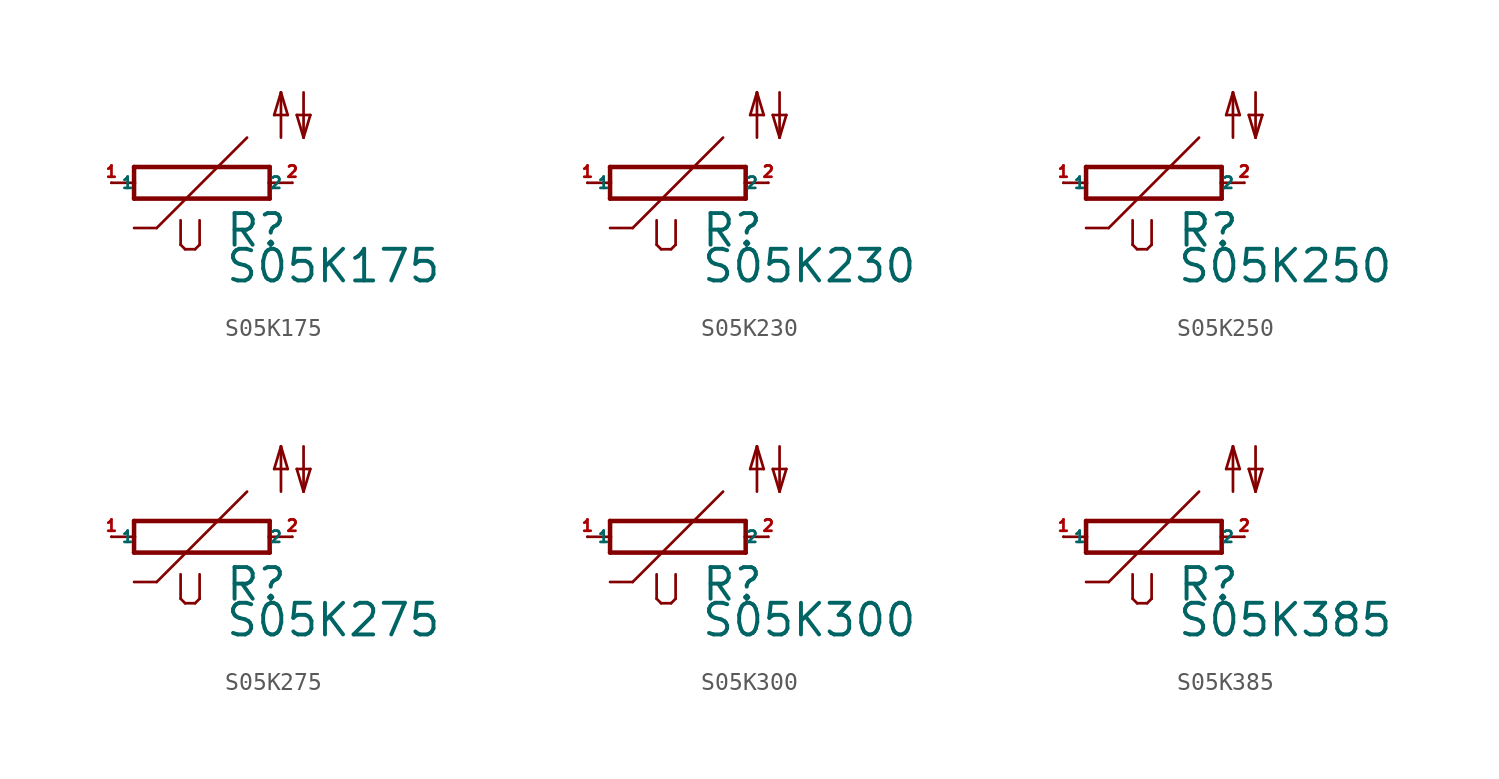
<source format=kicad_sym>
(kicad_symbol_lib
  (version 20220914)
  (generator Eagle2Kicad)
  (symbol "S05K175"
    (property "Reference" "R"
      (at 1.27 -3.708 0)
      (effects (font (size 1.778 1.778) (thickness 0.22)) (justify left bottom)))
    (property "Value" "S05K175"
      (at 1.27 -5.715 0)
      (effects (font (size 1.778 1.778) (thickness 0.22)) (justify left bottom)))
    (polyline
      (pts (xy -3.81 -0.889) (xy 3.81 -0.889))
      (stroke (width 0.254) (type default))
      (fill (type none)))
    (polyline
      (pts (xy 3.81 -0.889) (xy 3.81 0))
      (stroke (width 0.254) (type default))
      (fill (type none)))
    (polyline
      (pts (xy 3.81 0.889) (xy -3.81 0.889))
      (stroke (width 0.254) (type default))
      (fill (type none)))
    (polyline
      (pts (xy -3.81 -0.889) (xy -3.81 0))
      (stroke (width 0.254) (type default))
      (fill (type none)))
    (polyline
      (pts (xy 3.81 0) (xy 5.08 0))
      (stroke (width 0.152) (type default))
      (fill (type none)))
    (polyline
      (pts (xy 3.81 0) (xy 3.81 0.889))
      (stroke (width 0.254) (type default))
      (fill (type none)))
    (polyline
      (pts (xy -5.08 0) (xy -3.81 0))
      (stroke (width 0.152) (type default))
      (fill (type none)))
    (polyline
      (pts (xy -3.81 0) (xy -3.81 0.889))
      (stroke (width 0.254) (type default))
      (fill (type none)))
    (polyline
      (pts (xy 2.54 2.54) (xy -2.54 -2.54))
      (stroke (width 0.152) (type default))
      (fill (type none)))
    (polyline
      (pts (xy -2.54 -2.54) (xy -3.81 -2.54))
      (stroke (width 0.152) (type default))
      (fill (type none)))
    (polyline
      (pts (xy -1.194 -2.108) (xy -1.194 -3.48))
      (stroke (width 0.152) (type default))
      (fill (type none)))
    (polyline
      (pts (xy -0.94 -3.734) (xy -1.194 -3.48))
      (stroke (width 0.152) (type default))
      (fill (type none)))
    (polyline
      (pts (xy -0.94 -3.734) (xy -0.381 -3.734))
      (stroke (width 0.152) (type default))
      (fill (type none)))
    (polyline
      (pts (xy -0.127 -3.48) (xy -0.381 -3.734))
      (stroke (width 0.152) (type default))
      (fill (type none)))
    (polyline
      (pts (xy -0.127 -3.48) (xy -0.127 -2.108))
      (stroke (width 0.152) (type default))
      (fill (type none)))
    (polyline
      (pts (xy 5.715 5.08) (xy 5.715 2.54))
      (stroke (width 0.152) (type default))
      (fill (type none)))
    (polyline
      (pts (xy 5.715 2.54) (xy 6.096 3.81))
      (stroke (width 0.152) (type default))
      (fill (type none)))
    (polyline
      (pts (xy 6.096 3.81) (xy 5.334 3.81))
      (stroke (width 0.152) (type default))
      (fill (type none)))
    (polyline
      (pts (xy 5.334 3.81) (xy 5.715 2.54))
      (stroke (width 0.152) (type default))
      (fill (type none)))
    (polyline
      (pts (xy 4.445 2.54) (xy 4.445 5.08))
      (stroke (width 0.152) (type default))
      (fill (type none)))
    (polyline
      (pts (xy 4.445 5.08) (xy 4.826 3.81))
      (stroke (width 0.152) (type default))
      (fill (type none)))
    (polyline
      (pts (xy 4.826 3.81) (xy 4.064 3.81))
      (stroke (width 0.152) (type default))
      (fill (type none)))
    (polyline
      (pts (xy 4.064 3.81) (xy 4.445 5.08))
      (stroke (width 0.152) (type default))
      (fill (type none)))
    (pin passive line
      (at 5.08 0 180)
      (length 0)
      (name "2" (effects (font (size 0.635 0.635) (thickness 0.08)) (justify left bottom)))
      (number "2" (effects (font (size 0.635 0.635) (thickness 0.08)) (justify left bottom))))
    (pin passive line
      (at -5.08 0 0)
      (length 0)
      (name "1" (effects (font (size 0.635 0.635) (thickness 0.08)) (justify left bottom)))
      (number "1" (effects (font (size 0.635 0.635) (thickness 0.08)) (justify left bottom)))))
  (symbol "S05K230"
    (property "Reference" "R"
      (at 1.27 -3.708 0)
      (effects (font (size 1.778 1.778) (thickness 0.22)) (justify left bottom)))
    (property "Value" "S05K230"
      (at 1.27 -5.715 0)
      (effects (font (size 1.778 1.778) (thickness 0.22)) (justify left bottom)))
    (polyline
      (pts (xy -3.81 -0.889) (xy 3.81 -0.889))
      (stroke (width 0.254) (type default))
      (fill (type none)))
    (polyline
      (pts (xy 3.81 -0.889) (xy 3.81 0))
      (stroke (width 0.254) (type default))
      (fill (type none)))
    (polyline
      (pts (xy 3.81 0.889) (xy -3.81 0.889))
      (stroke (width 0.254) (type default))
      (fill (type none)))
    (polyline
      (pts (xy -3.81 -0.889) (xy -3.81 0))
      (stroke (width 0.254) (type default))
      (fill (type none)))
    (polyline
      (pts (xy 3.81 0) (xy 5.08 0))
      (stroke (width 0.152) (type default))
      (fill (type none)))
    (polyline
      (pts (xy 3.81 0) (xy 3.81 0.889))
      (stroke (width 0.254) (type default))
      (fill (type none)))
    (polyline
      (pts (xy -5.08 0) (xy -3.81 0))
      (stroke (width 0.152) (type default))
      (fill (type none)))
    (polyline
      (pts (xy -3.81 0) (xy -3.81 0.889))
      (stroke (width 0.254) (type default))
      (fill (type none)))
    (polyline
      (pts (xy 2.54 2.54) (xy -2.54 -2.54))
      (stroke (width 0.152) (type default))
      (fill (type none)))
    (polyline
      (pts (xy -2.54 -2.54) (xy -3.81 -2.54))
      (stroke (width 0.152) (type default))
      (fill (type none)))
    (polyline
      (pts (xy -1.194 -2.108) (xy -1.194 -3.48))
      (stroke (width 0.152) (type default))
      (fill (type none)))
    (polyline
      (pts (xy -0.94 -3.734) (xy -1.194 -3.48))
      (stroke (width 0.152) (type default))
      (fill (type none)))
    (polyline
      (pts (xy -0.94 -3.734) (xy -0.381 -3.734))
      (stroke (width 0.152) (type default))
      (fill (type none)))
    (polyline
      (pts (xy -0.127 -3.48) (xy -0.381 -3.734))
      (stroke (width 0.152) (type default))
      (fill (type none)))
    (polyline
      (pts (xy -0.127 -3.48) (xy -0.127 -2.108))
      (stroke (width 0.152) (type default))
      (fill (type none)))
    (polyline
      (pts (xy 5.715 5.08) (xy 5.715 2.54))
      (stroke (width 0.152) (type default))
      (fill (type none)))
    (polyline
      (pts (xy 5.715 2.54) (xy 6.096 3.81))
      (stroke (width 0.152) (type default))
      (fill (type none)))
    (polyline
      (pts (xy 6.096 3.81) (xy 5.334 3.81))
      (stroke (width 0.152) (type default))
      (fill (type none)))
    (polyline
      (pts (xy 5.334 3.81) (xy 5.715 2.54))
      (stroke (width 0.152) (type default))
      (fill (type none)))
    (polyline
      (pts (xy 4.445 2.54) (xy 4.445 5.08))
      (stroke (width 0.152) (type default))
      (fill (type none)))
    (polyline
      (pts (xy 4.445 5.08) (xy 4.826 3.81))
      (stroke (width 0.152) (type default))
      (fill (type none)))
    (polyline
      (pts (xy 4.826 3.81) (xy 4.064 3.81))
      (stroke (width 0.152) (type default))
      (fill (type none)))
    (polyline
      (pts (xy 4.064 3.81) (xy 4.445 5.08))
      (stroke (width 0.152) (type default))
      (fill (type none)))
    (pin passive line
      (at 5.08 0 180)
      (length 0)
      (name "2" (effects (font (size 0.635 0.635) (thickness 0.08)) (justify left bottom)))
      (number "2" (effects (font (size 0.635 0.635) (thickness 0.08)) (justify left bottom))))
    (pin passive line
      (at -5.08 0 0)
      (length 0)
      (name "1" (effects (font (size 0.635 0.635) (thickness 0.08)) (justify left bottom)))
      (number "1" (effects (font (size 0.635 0.635) (thickness 0.08)) (justify left bottom)))))
  (symbol "S05K250"
    (property "Reference" "R"
      (at 1.27 -3.708 0)
      (effects (font (size 1.778 1.778) (thickness 0.22)) (justify left bottom)))
    (property "Value" "S05K250"
      (at 1.27 -5.715 0)
      (effects (font (size 1.778 1.778) (thickness 0.22)) (justify left bottom)))
    (polyline
      (pts (xy -3.81 -0.889) (xy 3.81 -0.889))
      (stroke (width 0.254) (type default))
      (fill (type none)))
    (polyline
      (pts (xy 3.81 -0.889) (xy 3.81 0))
      (stroke (width 0.254) (type default))
      (fill (type none)))
    (polyline
      (pts (xy 3.81 0.889) (xy -3.81 0.889))
      (stroke (width 0.254) (type default))
      (fill (type none)))
    (polyline
      (pts (xy -3.81 -0.889) (xy -3.81 0))
      (stroke (width 0.254) (type default))
      (fill (type none)))
    (polyline
      (pts (xy 3.81 0) (xy 5.08 0))
      (stroke (width 0.152) (type default))
      (fill (type none)))
    (polyline
      (pts (xy 3.81 0) (xy 3.81 0.889))
      (stroke (width 0.254) (type default))
      (fill (type none)))
    (polyline
      (pts (xy -5.08 0) (xy -3.81 0))
      (stroke (width 0.152) (type default))
      (fill (type none)))
    (polyline
      (pts (xy -3.81 0) (xy -3.81 0.889))
      (stroke (width 0.254) (type default))
      (fill (type none)))
    (polyline
      (pts (xy 2.54 2.54) (xy -2.54 -2.54))
      (stroke (width 0.152) (type default))
      (fill (type none)))
    (polyline
      (pts (xy -2.54 -2.54) (xy -3.81 -2.54))
      (stroke (width 0.152) (type default))
      (fill (type none)))
    (polyline
      (pts (xy -1.194 -2.108) (xy -1.194 -3.48))
      (stroke (width 0.152) (type default))
      (fill (type none)))
    (polyline
      (pts (xy -0.94 -3.734) (xy -1.194 -3.48))
      (stroke (width 0.152) (type default))
      (fill (type none)))
    (polyline
      (pts (xy -0.94 -3.734) (xy -0.381 -3.734))
      (stroke (width 0.152) (type default))
      (fill (type none)))
    (polyline
      (pts (xy -0.127 -3.48) (xy -0.381 -3.734))
      (stroke (width 0.152) (type default))
      (fill (type none)))
    (polyline
      (pts (xy -0.127 -3.48) (xy -0.127 -2.108))
      (stroke (width 0.152) (type default))
      (fill (type none)))
    (polyline
      (pts (xy 5.715 5.08) (xy 5.715 2.54))
      (stroke (width 0.152) (type default))
      (fill (type none)))
    (polyline
      (pts (xy 5.715 2.54) (xy 6.096 3.81))
      (stroke (width 0.152) (type default))
      (fill (type none)))
    (polyline
      (pts (xy 6.096 3.81) (xy 5.334 3.81))
      (stroke (width 0.152) (type default))
      (fill (type none)))
    (polyline
      (pts (xy 5.334 3.81) (xy 5.715 2.54))
      (stroke (width 0.152) (type default))
      (fill (type none)))
    (polyline
      (pts (xy 4.445 2.54) (xy 4.445 5.08))
      (stroke (width 0.152) (type default))
      (fill (type none)))
    (polyline
      (pts (xy 4.445 5.08) (xy 4.826 3.81))
      (stroke (width 0.152) (type default))
      (fill (type none)))
    (polyline
      (pts (xy 4.826 3.81) (xy 4.064 3.81))
      (stroke (width 0.152) (type default))
      (fill (type none)))
    (polyline
      (pts (xy 4.064 3.81) (xy 4.445 5.08))
      (stroke (width 0.152) (type default))
      (fill (type none)))
    (pin passive line
      (at 5.08 0 180)
      (length 0)
      (name "2" (effects (font (size 0.635 0.635) (thickness 0.08)) (justify left bottom)))
      (number "2" (effects (font (size 0.635 0.635) (thickness 0.08)) (justify left bottom))))
    (pin passive line
      (at -5.08 0 0)
      (length 0)
      (name "1" (effects (font (size 0.635 0.635) (thickness 0.08)) (justify left bottom)))
      (number "1" (effects (font (size 0.635 0.635) (thickness 0.08)) (justify left bottom)))))
  (symbol "S05K275"
    (property "Reference" "R"
      (at 1.27 -3.708 0)
      (effects (font (size 1.778 1.778) (thickness 0.22)) (justify left bottom)))
    (property "Value" "S05K275"
      (at 1.27 -5.715 0)
      (effects (font (size 1.778 1.778) (thickness 0.22)) (justify left bottom)))
    (polyline
      (pts (xy -3.81 -0.889) (xy 3.81 -0.889))
      (stroke (width 0.254) (type default))
      (fill (type none)))
    (polyline
      (pts (xy 3.81 -0.889) (xy 3.81 0))
      (stroke (width 0.254) (type default))
      (fill (type none)))
    (polyline
      (pts (xy 3.81 0.889) (xy -3.81 0.889))
      (stroke (width 0.254) (type default))
      (fill (type none)))
    (polyline
      (pts (xy -3.81 -0.889) (xy -3.81 0))
      (stroke (width 0.254) (type default))
      (fill (type none)))
    (polyline
      (pts (xy 3.81 0) (xy 5.08 0))
      (stroke (width 0.152) (type default))
      (fill (type none)))
    (polyline
      (pts (xy 3.81 0) (xy 3.81 0.889))
      (stroke (width 0.254) (type default))
      (fill (type none)))
    (polyline
      (pts (xy -5.08 0) (xy -3.81 0))
      (stroke (width 0.152) (type default))
      (fill (type none)))
    (polyline
      (pts (xy -3.81 0) (xy -3.81 0.889))
      (stroke (width 0.254) (type default))
      (fill (type none)))
    (polyline
      (pts (xy 2.54 2.54) (xy -2.54 -2.54))
      (stroke (width 0.152) (type default))
      (fill (type none)))
    (polyline
      (pts (xy -2.54 -2.54) (xy -3.81 -2.54))
      (stroke (width 0.152) (type default))
      (fill (type none)))
    (polyline
      (pts (xy -1.194 -2.108) (xy -1.194 -3.48))
      (stroke (width 0.152) (type default))
      (fill (type none)))
    (polyline
      (pts (xy -0.94 -3.734) (xy -1.194 -3.48))
      (stroke (width 0.152) (type default))
      (fill (type none)))
    (polyline
      (pts (xy -0.94 -3.734) (xy -0.381 -3.734))
      (stroke (width 0.152) (type default))
      (fill (type none)))
    (polyline
      (pts (xy -0.127 -3.48) (xy -0.381 -3.734))
      (stroke (width 0.152) (type default))
      (fill (type none)))
    (polyline
      (pts (xy -0.127 -3.48) (xy -0.127 -2.108))
      (stroke (width 0.152) (type default))
      (fill (type none)))
    (polyline
      (pts (xy 5.715 5.08) (xy 5.715 2.54))
      (stroke (width 0.152) (type default))
      (fill (type none)))
    (polyline
      (pts (xy 5.715 2.54) (xy 6.096 3.81))
      (stroke (width 0.152) (type default))
      (fill (type none)))
    (polyline
      (pts (xy 6.096 3.81) (xy 5.334 3.81))
      (stroke (width 0.152) (type default))
      (fill (type none)))
    (polyline
      (pts (xy 5.334 3.81) (xy 5.715 2.54))
      (stroke (width 0.152) (type default))
      (fill (type none)))
    (polyline
      (pts (xy 4.445 2.54) (xy 4.445 5.08))
      (stroke (width 0.152) (type default))
      (fill (type none)))
    (polyline
      (pts (xy 4.445 5.08) (xy 4.826 3.81))
      (stroke (width 0.152) (type default))
      (fill (type none)))
    (polyline
      (pts (xy 4.826 3.81) (xy 4.064 3.81))
      (stroke (width 0.152) (type default))
      (fill (type none)))
    (polyline
      (pts (xy 4.064 3.81) (xy 4.445 5.08))
      (stroke (width 0.152) (type default))
      (fill (type none)))
    (pin passive line
      (at 5.08 0 180)
      (length 0)
      (name "2" (effects (font (size 0.635 0.635) (thickness 0.08)) (justify left bottom)))
      (number "2" (effects (font (size 0.635 0.635) (thickness 0.08)) (justify left bottom))))
    (pin passive line
      (at -5.08 0 0)
      (length 0)
      (name "1" (effects (font (size 0.635 0.635) (thickness 0.08)) (justify left bottom)))
      (number "1" (effects (font (size 0.635 0.635) (thickness 0.08)) (justify left bottom)))))
  (symbol "S05K300"
    (property "Reference" "R"
      (at 1.27 -3.708 0)
      (effects (font (size 1.778 1.778) (thickness 0.22)) (justify left bottom)))
    (property "Value" "S05K300"
      (at 1.27 -5.715 0)
      (effects (font (size 1.778 1.778) (thickness 0.22)) (justify left bottom)))
    (polyline
      (pts (xy -3.81 -0.889) (xy 3.81 -0.889))
      (stroke (width 0.254) (type default))
      (fill (type none)))
    (polyline
      (pts (xy 3.81 -0.889) (xy 3.81 0))
      (stroke (width 0.254) (type default))
      (fill (type none)))
    (polyline
      (pts (xy 3.81 0.889) (xy -3.81 0.889))
      (stroke (width 0.254) (type default))
      (fill (type none)))
    (polyline
      (pts (xy -3.81 -0.889) (xy -3.81 0))
      (stroke (width 0.254) (type default))
      (fill (type none)))
    (polyline
      (pts (xy 3.81 0) (xy 5.08 0))
      (stroke (width 0.152) (type default))
      (fill (type none)))
    (polyline
      (pts (xy 3.81 0) (xy 3.81 0.889))
      (stroke (width 0.254) (type default))
      (fill (type none)))
    (polyline
      (pts (xy -5.08 0) (xy -3.81 0))
      (stroke (width 0.152) (type default))
      (fill (type none)))
    (polyline
      (pts (xy -3.81 0) (xy -3.81 0.889))
      (stroke (width 0.254) (type default))
      (fill (type none)))
    (polyline
      (pts (xy 2.54 2.54) (xy -2.54 -2.54))
      (stroke (width 0.152) (type default))
      (fill (type none)))
    (polyline
      (pts (xy -2.54 -2.54) (xy -3.81 -2.54))
      (stroke (width 0.152) (type default))
      (fill (type none)))
    (polyline
      (pts (xy -1.194 -2.108) (xy -1.194 -3.48))
      (stroke (width 0.152) (type default))
      (fill (type none)))
    (polyline
      (pts (xy -0.94 -3.734) (xy -1.194 -3.48))
      (stroke (width 0.152) (type default))
      (fill (type none)))
    (polyline
      (pts (xy -0.94 -3.734) (xy -0.381 -3.734))
      (stroke (width 0.152) (type default))
      (fill (type none)))
    (polyline
      (pts (xy -0.127 -3.48) (xy -0.381 -3.734))
      (stroke (width 0.152) (type default))
      (fill (type none)))
    (polyline
      (pts (xy -0.127 -3.48) (xy -0.127 -2.108))
      (stroke (width 0.152) (type default))
      (fill (type none)))
    (polyline
      (pts (xy 5.715 5.08) (xy 5.715 2.54))
      (stroke (width 0.152) (type default))
      (fill (type none)))
    (polyline
      (pts (xy 5.715 2.54) (xy 6.096 3.81))
      (stroke (width 0.152) (type default))
      (fill (type none)))
    (polyline
      (pts (xy 6.096 3.81) (xy 5.334 3.81))
      (stroke (width 0.152) (type default))
      (fill (type none)))
    (polyline
      (pts (xy 5.334 3.81) (xy 5.715 2.54))
      (stroke (width 0.152) (type default))
      (fill (type none)))
    (polyline
      (pts (xy 4.445 2.54) (xy 4.445 5.08))
      (stroke (width 0.152) (type default))
      (fill (type none)))
    (polyline
      (pts (xy 4.445 5.08) (xy 4.826 3.81))
      (stroke (width 0.152) (type default))
      (fill (type none)))
    (polyline
      (pts (xy 4.826 3.81) (xy 4.064 3.81))
      (stroke (width 0.152) (type default))
      (fill (type none)))
    (polyline
      (pts (xy 4.064 3.81) (xy 4.445 5.08))
      (stroke (width 0.152) (type default))
      (fill (type none)))
    (pin passive line
      (at 5.08 0 180)
      (length 0)
      (name "2" (effects (font (size 0.635 0.635) (thickness 0.08)) (justify left bottom)))
      (number "2" (effects (font (size 0.635 0.635) (thickness 0.08)) (justify left bottom))))
    (pin passive line
      (at -5.08 0 0)
      (length 0)
      (name "1" (effects (font (size 0.635 0.635) (thickness 0.08)) (justify left bottom)))
      (number "1" (effects (font (size 0.635 0.635) (thickness 0.08)) (justify left bottom)))))
  (symbol "S05K385"
    (property "Reference" "R"
      (at 1.27 -3.708 0)
      (effects (font (size 1.778 1.778) (thickness 0.22)) (justify left bottom)))
    (property "Value" "S05K385"
      (at 1.27 -5.715 0)
      (effects (font (size 1.778 1.778) (thickness 0.22)) (justify left bottom)))
    (polyline
      (pts (xy -3.81 -0.889) (xy 3.81 -0.889))
      (stroke (width 0.254) (type default))
      (fill (type none)))
    (polyline
      (pts (xy 3.81 -0.889) (xy 3.81 0))
      (stroke (width 0.254) (type default))
      (fill (type none)))
    (polyline
      (pts (xy 3.81 0.889) (xy -3.81 0.889))
      (stroke (width 0.254) (type default))
      (fill (type none)))
    (polyline
      (pts (xy -3.81 -0.889) (xy -3.81 0))
      (stroke (width 0.254) (type default))
      (fill (type none)))
    (polyline
      (pts (xy 3.81 0) (xy 5.08 0))
      (stroke (width 0.152) (type default))
      (fill (type none)))
    (polyline
      (pts (xy 3.81 0) (xy 3.81 0.889))
      (stroke (width 0.254) (type default))
      (fill (type none)))
    (polyline
      (pts (xy -5.08 0) (xy -3.81 0))
      (stroke (width 0.152) (type default))
      (fill (type none)))
    (polyline
      (pts (xy -3.81 0) (xy -3.81 0.889))
      (stroke (width 0.254) (type default))
      (fill (type none)))
    (polyline
      (pts (xy 2.54 2.54) (xy -2.54 -2.54))
      (stroke (width 0.152) (type default))
      (fill (type none)))
    (polyline
      (pts (xy -2.54 -2.54) (xy -3.81 -2.54))
      (stroke (width 0.152) (type default))
      (fill (type none)))
    (polyline
      (pts (xy -1.194 -2.108) (xy -1.194 -3.48))
      (stroke (width 0.152) (type default))
      (fill (type none)))
    (polyline
      (pts (xy -0.94 -3.734) (xy -1.194 -3.48))
      (stroke (width 0.152) (type default))
      (fill (type none)))
    (polyline
      (pts (xy -0.94 -3.734) (xy -0.381 -3.734))
      (stroke (width 0.152) (type default))
      (fill (type none)))
    (polyline
      (pts (xy -0.127 -3.48) (xy -0.381 -3.734))
      (stroke (width 0.152) (type default))
      (fill (type none)))
    (polyline
      (pts (xy -0.127 -3.48) (xy -0.127 -2.108))
      (stroke (width 0.152) (type default))
      (fill (type none)))
    (polyline
      (pts (xy 5.715 5.08) (xy 5.715 2.54))
      (stroke (width 0.152) (type default))
      (fill (type none)))
    (polyline
      (pts (xy 5.715 2.54) (xy 6.096 3.81))
      (stroke (width 0.152) (type default))
      (fill (type none)))
    (polyline
      (pts (xy 6.096 3.81) (xy 5.334 3.81))
      (stroke (width 0.152) (type default))
      (fill (type none)))
    (polyline
      (pts (xy 5.334 3.81) (xy 5.715 2.54))
      (stroke (width 0.152) (type default))
      (fill (type none)))
    (polyline
      (pts (xy 4.445 2.54) (xy 4.445 5.08))
      (stroke (width 0.152) (type default))
      (fill (type none)))
    (polyline
      (pts (xy 4.445 5.08) (xy 4.826 3.81))
      (stroke (width 0.152) (type default))
      (fill (type none)))
    (polyline
      (pts (xy 4.826 3.81) (xy 4.064 3.81))
      (stroke (width 0.152) (type default))
      (fill (type none)))
    (polyline
      (pts (xy 4.064 3.81) (xy 4.445 5.08))
      (stroke (width 0.152) (type default))
      (fill (type none)))
    (pin passive line
      (at 5.08 0 180)
      (length 0)
      (name "2" (effects (font (size 0.635 0.635) (thickness 0.08)) (justify left bottom)))
      (number "2" (effects (font (size 0.635 0.635) (thickness 0.08)) (justify left bottom))))
    (pin passive line
      (at -5.08 0 0)
      (length 0)
      (name "1" (effects (font (size 0.635 0.635) (thickness 0.08)) (justify left bottom)))
      (number "1" (effects (font (size 0.635 0.635) (thickness 0.08)) (justify left bottom))))))
</source>
